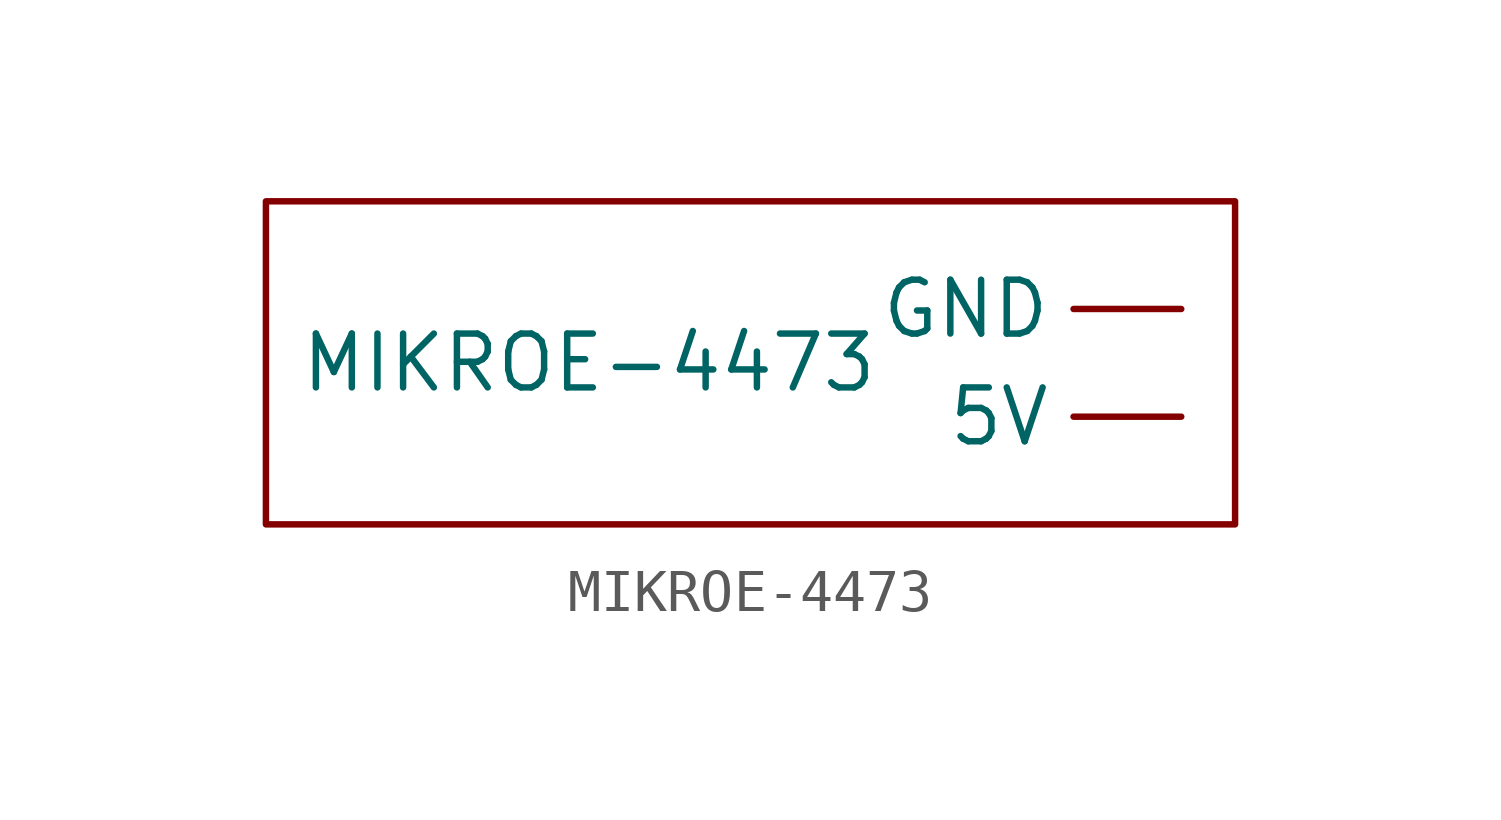
<source format=kicad_sym>
(kicad_symbol_lib
  (version 20211014)
  (generator kicad_symbol_editor)
  (symbol "MIKROE-4473"
    (property "Reference" "U"
      (at 3.81 -6.35 0)
      (effects (font (size 1.27 1.27)) hide))
    (property "Value" "MIKROE-4473"
      (at 10.16 -11.43 0)
      (effects (font (size 1.27 1.27))))
    (symbol "MIKROE-4473_0_1"
      (rectangle (start 2.54 -7.62) (end 25.4 -15.24) (stroke (width 0) (type default) (color 0 0 0 0)) (fill (type none))))
    (symbol "MIKROE-4473_1_1"
      (pin input line (at 24.13 -12.7 180) (length 2.54) (name "5V" (effects (font (size 1.27 1.27)))) (number "" (effects (font (size 1.27 1.27)))))
      (pin input line (at 24.13 -10.16 180) (length 2.54) (name "GND" (effects (font (size 1.27 1.27)))) (number "" (effects (font (size 1.27 1.27))))))))
</source>
